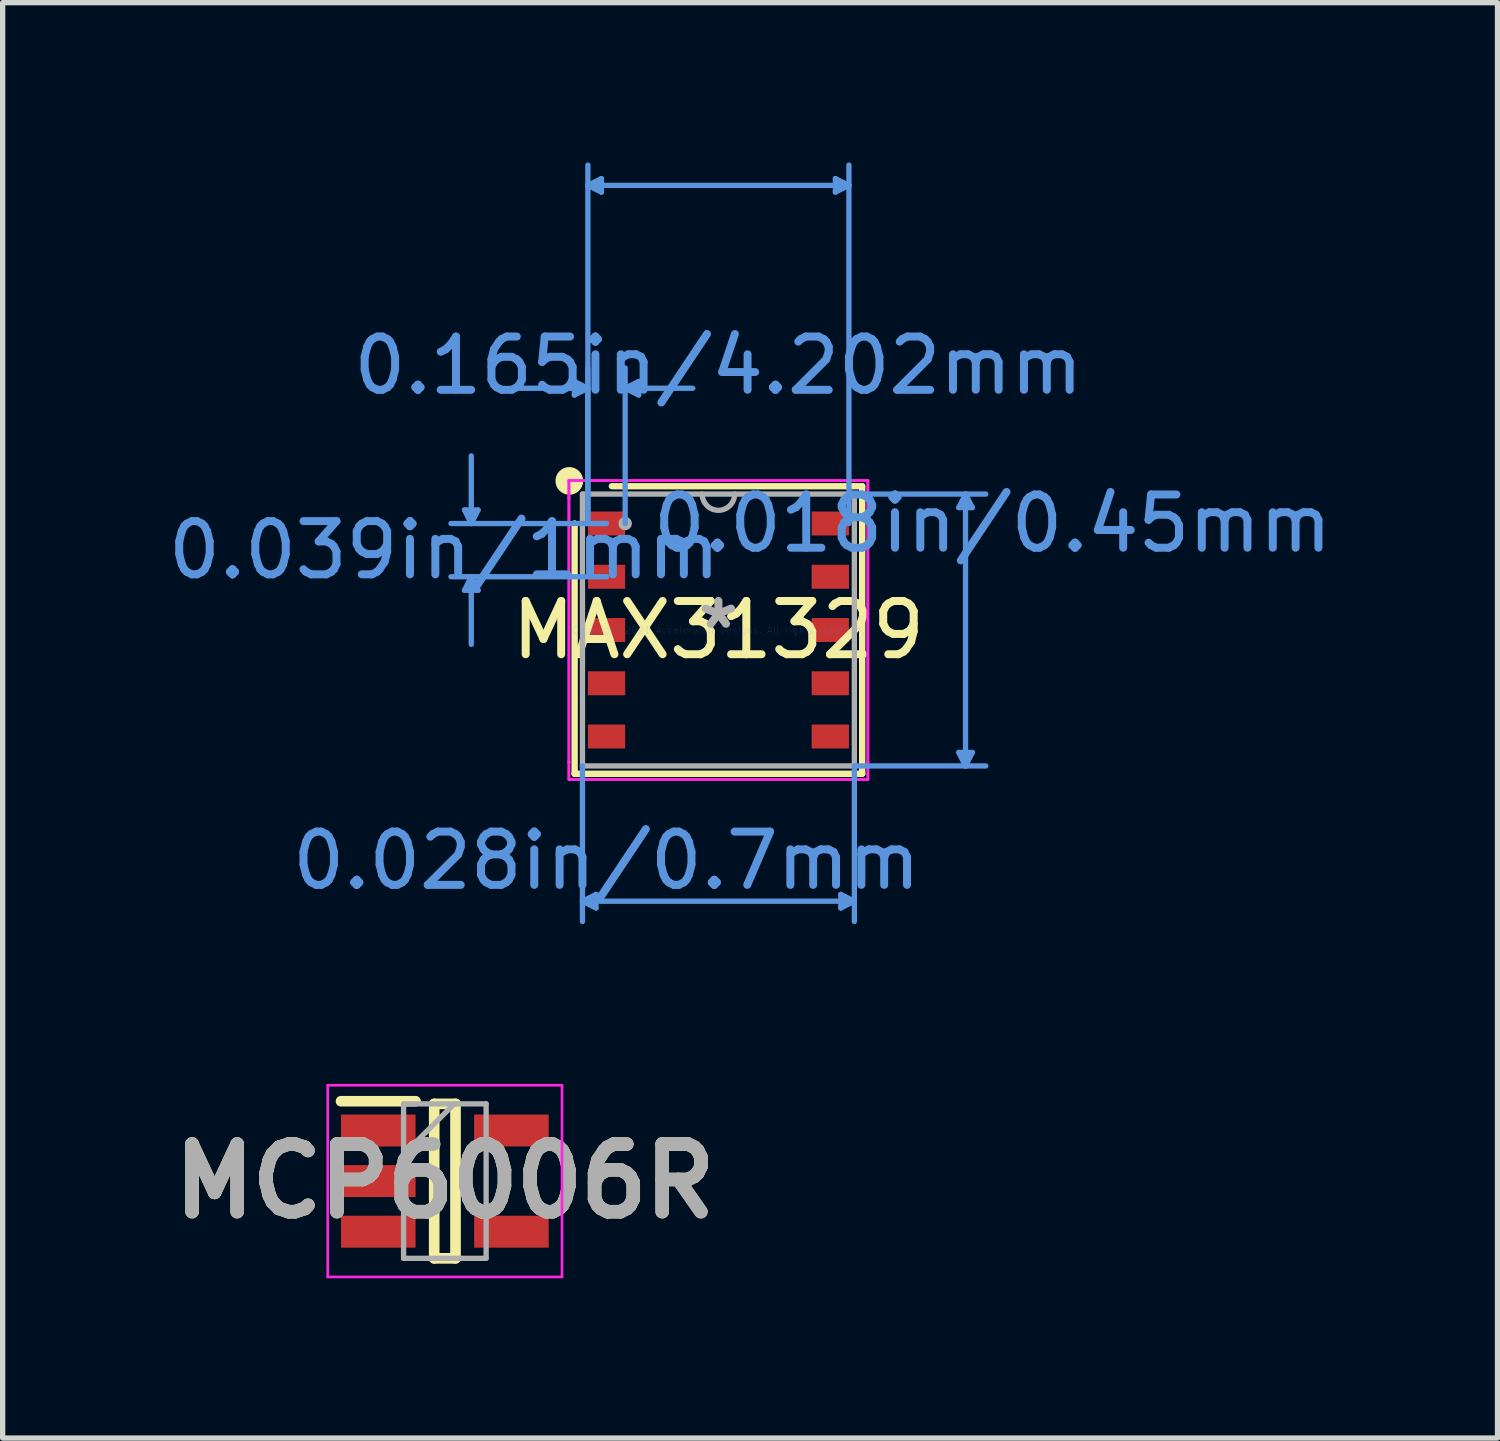
<source format=kicad_pcb>
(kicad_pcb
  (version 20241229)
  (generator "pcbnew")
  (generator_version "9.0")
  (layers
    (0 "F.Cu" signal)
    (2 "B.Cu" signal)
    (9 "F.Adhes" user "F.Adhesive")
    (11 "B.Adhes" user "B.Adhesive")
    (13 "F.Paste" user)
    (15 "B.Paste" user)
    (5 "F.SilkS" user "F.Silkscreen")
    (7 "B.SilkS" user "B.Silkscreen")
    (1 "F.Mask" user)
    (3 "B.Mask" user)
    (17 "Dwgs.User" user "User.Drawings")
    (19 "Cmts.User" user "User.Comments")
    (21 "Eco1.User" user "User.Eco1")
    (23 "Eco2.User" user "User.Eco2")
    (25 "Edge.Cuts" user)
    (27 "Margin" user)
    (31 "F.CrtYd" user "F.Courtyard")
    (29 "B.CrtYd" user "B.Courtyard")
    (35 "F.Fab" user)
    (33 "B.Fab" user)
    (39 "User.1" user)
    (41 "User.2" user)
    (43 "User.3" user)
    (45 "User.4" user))
  (footprint "MAX31329"
    (layer "F.Cu")
    (at 10.441 8.781)
    (property "Reference" "MAX31329" (at 0 0 0) (layer "F.SilkS") (effects (font (size 1 1) (thickness 0.15))))
    (attr through_hole)
    (fp_line (start -2.7 -2) (end -2.7 2.7) (stroke (width 0.12) (type solid)) (layer "F.SilkS"))
    (fp_line (start -2.7 2.7) (end 2.7 2.7) (stroke (width 0.12) (type solid)) (layer "F.SilkS"))
    (fp_line (start 2.7 -2.7) (end -2 -2.7) (stroke (width 0.12) (type solid)) (layer "F.SilkS"))
    (fp_line (start 2.7 2.7) (end 2.7 -2.7) (stroke (width 0.12) (type solid)) (layer "F.SilkS"))
    (fp_circle (center -2.8 -2.8) (end -2.6 -2.8) (stroke (width 0.12) (type solid)) (fill yes) (layer "F.SilkS"))
    (fp_line (start -4.768 -2.254) (end -4.514 -2.254) (stroke (width 0.1) (type solid)) (layer "Cmts.User"))
    (fp_line (start -4.768 -0.746) (end -4.514 -0.746) (stroke (width 0.1) (type solid)) (layer "Cmts.User"))
    (fp_line (start -4.641 -2) (end -4.768 -2.254) (stroke (width 0.1) (type solid)) (layer "Cmts.User"))
    (fp_line (start -4.641 -2) (end -4.641 -3.27) (stroke (width 0.1) (type solid)) (layer "Cmts.User"))
    (fp_line (start -4.641 -2) (end -4.514 -2.254) (stroke (width 0.1) (type solid)) (layer "Cmts.User"))
    (fp_line (start -4.641 -1) (end -4.768 -0.746) (stroke (width 0.1) (type solid)) (layer "Cmts.User"))
    (fp_line (start -4.641 -1) (end -4.641 0.27) (stroke (width 0.1) (type solid)) (layer "Cmts.User"))
    (fp_line (start -4.641 -1) (end -4.514 -0.746) (stroke (width 0.1) (type solid)) (layer "Cmts.User"))
    (fp_line (start -2.705 -4.667) (end -2.705 -4.413) (stroke (width 0.1) (type solid)) (layer "Cmts.User"))
    (fp_line (start -2.553 2.553) (end -2.553 5.474) (stroke (width 0.1) (type solid)) (layer "Cmts.User"))
    (fp_line (start -2.553 5.093) (end -2.299 4.966) (stroke (width 0.1) (type solid)) (layer "Cmts.User"))
    (fp_line (start -2.553 5.093) (end -2.299 5.22) (stroke (width 0.1) (type solid)) (layer "Cmts.User"))
    (fp_line (start -2.553 5.093) (end 2.553 5.093) (stroke (width 0.1) (type solid)) (layer "Cmts.User"))
    (fp_line (start -2.451 -8.35) (end -2.197 -8.477) (stroke (width 0.1) (type solid)) (layer "Cmts.User"))
    (fp_line (start -2.451 -8.35) (end -2.197 -8.223) (stroke (width 0.1) (type solid)) (layer "Cmts.User"))
    (fp_line (start -2.451 -8.35) (end 2.451 -8.35) (stroke (width 0.1) (type solid)) (layer "Cmts.User"))
    (fp_line (start -2.451 -4.54) (end -3.721 -4.54) (stroke (width 0.1) (type solid)) (layer "Cmts.User"))
    (fp_line (start -2.451 -4.54) (end -2.705 -4.667) (stroke (width 0.1) (type solid)) (layer "Cmts.User"))
    (fp_line (start -2.451 -4.54) (end -2.705 -4.413) (stroke (width 0.1) (type solid)) (layer "Cmts.User"))
    (fp_line (start -2.451 -2) (end -2.451 -8.731) (stroke (width 0.1) (type solid)) (layer "Cmts.User"))
    (fp_line (start -2.451 -2) (end -2.451 -4.921) (stroke (width 0.1) (type solid)) (layer "Cmts.User"))
    (fp_line (start -2.299 4.966) (end -2.299 5.22) (stroke (width 0.1) (type solid)) (layer "Cmts.User"))
    (fp_line (start -2.197 -8.477) (end -2.197 -8.223) (stroke (width 0.1) (type solid)) (layer "Cmts.User"))
    (fp_line (start -2.101 -2) (end -5.022 -2) (stroke (width 0.1) (type solid)) (layer "Cmts.User"))
    (fp_line (start -2.101 -1) (end -5.022 -1) (stroke (width 0.1) (type solid)) (layer "Cmts.User"))
    (fp_line (start -1.751 -4.54) (end -1.497 -4.667) (stroke (width 0.1) (type solid)) (layer "Cmts.User"))
    (fp_line (start -1.751 -4.54) (end -1.497 -4.413) (stroke (width 0.1) (type solid)) (layer "Cmts.User"))
    (fp_line (start -1.751 -4.54) (end -0.481 -4.54) (stroke (width 0.1) (type solid)) (layer "Cmts.User"))
    (fp_line (start -1.751 -2) (end -1.751 -4.921) (stroke (width 0.1) (type solid)) (layer "Cmts.User"))
    (fp_line (start -1.497 -4.667) (end -1.497 -4.413) (stroke (width 0.1) (type solid)) (layer "Cmts.User"))
    (fp_line (start 2.197 -8.477) (end 2.197 -8.223) (stroke (width 0.1) (type solid)) (layer "Cmts.User"))
    (fp_line (start 2.299 4.966) (end 2.299 5.22) (stroke (width 0.1) (type solid)) (layer "Cmts.User"))
    (fp_line (start 2.451 -8.35) (end 2.197 -8.477) (stroke (width 0.1) (type solid)) (layer "Cmts.User"))
    (fp_line (start 2.451 -8.35) (end 2.197 -8.223) (stroke (width 0.1) (type solid)) (layer "Cmts.User"))
    (fp_line (start 2.451 -2) (end 2.451 -8.731) (stroke (width 0.1) (type solid)) (layer "Cmts.User"))
    (fp_line (start 2.553 -2.553) (end 5.022 -2.553) (stroke (width 0.1) (type solid)) (layer "Cmts.User"))
    (fp_line (start 2.553 2.553) (end 2.553 5.474) (stroke (width 0.1) (type solid)) (layer "Cmts.User"))
    (fp_line (start 2.553 2.553) (end 5.022 2.553) (stroke (width 0.1) (type solid)) (layer "Cmts.User"))
    (fp_line (start 2.553 5.093) (end 2.299 4.966) (stroke (width 0.1) (type solid)) (layer "Cmts.User"))
    (fp_line (start 2.553 5.093) (end 2.299 5.22) (stroke (width 0.1) (type solid)) (layer "Cmts.User"))
    (fp_line (start 4.514 -2.299) (end 4.768 -2.299) (stroke (width 0.1) (type solid)) (layer "Cmts.User"))
    (fp_line (start 4.514 2.299) (end 4.768 2.299) (stroke (width 0.1) (type solid)) (layer "Cmts.User"))
    (fp_line (start 4.641 -2.553) (end 4.514 -2.299) (stroke (width 0.1) (type solid)) (layer "Cmts.User"))
    (fp_line (start 4.641 -2.553) (end 4.641 2.553) (stroke (width 0.1) (type solid)) (layer "Cmts.User"))
    (fp_line (start 4.641 -2.553) (end 4.768 -2.299) (stroke (width 0.1) (type solid)) (layer "Cmts.User"))
    (fp_line (start 4.641 2.553) (end 4.514 2.299) (stroke (width 0.1) (type solid)) (layer "Cmts.User"))
    (fp_line (start 4.641 2.553) (end 4.768 2.299) (stroke (width 0.1) (type solid)) (layer "Cmts.User"))
    (fp_line (start -2.807 -2.807) (end 2.807 -2.807) (stroke (width 0.05) (type solid)) (layer "F.CrtYd"))
    (fp_line (start -2.807 -2.807) (end 2.807 -2.807) (stroke (width 0.05) (type solid)) (layer "F.CrtYd"))
    (fp_line (start -2.807 -2.479) (end -2.807 -2.807) (stroke (width 0.05) (type solid)) (layer "F.CrtYd"))
    (fp_line (start -2.807 -2.479) (end -2.807 -2.807) (stroke (width 0.05) (type solid)) (layer "F.CrtYd"))
    (fp_line (start -2.807 -2.479) (end -2.807 -2.479) (stroke (width 0.05) (type solid)) (layer "F.CrtYd"))
    (fp_line (start -2.807 -2.479) (end -2.807 -2.479) (stroke (width 0.05) (type solid)) (layer "F.CrtYd"))
    (fp_line (start -2.807 2.479) (end -2.807 -2.479) (stroke (width 0.05) (type solid)) (layer "F.CrtYd"))
    (fp_line (start -2.807 2.479) (end -2.807 -2.479) (stroke (width 0.05) (type solid)) (layer "F.CrtYd"))
    (fp_line (start -2.807 2.479) (end -2.807 2.479) (stroke (width 0.05) (type solid)) (layer "F.CrtYd"))
    (fp_line (start -2.807 2.479) (end -2.807 2.479) (stroke (width 0.05) (type solid)) (layer "F.CrtYd"))
    (fp_line (start -2.807 2.807) (end -2.807 2.479) (stroke (width 0.05) (type solid)) (layer "F.CrtYd"))
    (fp_line (start -2.807 2.807) (end -2.807 2.479) (stroke (width 0.05) (type solid)) (layer "F.CrtYd"))
    (fp_line (start 2.807 -2.807) (end 2.807 -2.479) (stroke (width 0.05) (type solid)) (layer "F.CrtYd"))
    (fp_line (start 2.807 -2.807) (end 2.807 -2.479) (stroke (width 0.05) (type solid)) (layer "F.CrtYd"))
    (fp_line (start 2.807 -2.479) (end 2.807 -2.479) (stroke (width 0.05) (type solid)) (layer "F.CrtYd"))
    (fp_line (start 2.807 -2.479) (end 2.807 -2.479) (stroke (width 0.05) (type solid)) (layer "F.CrtYd"))
    (fp_line (start 2.807 -2.479) (end 2.807 2.479) (stroke (width 0.05) (type solid)) (layer "F.CrtYd"))
    (fp_line (start 2.807 -2.479) (end 2.807 2.479) (stroke (width 0.05) (type solid)) (layer "F.CrtYd"))
    (fp_line (start 2.807 2.479) (end 2.807 2.479) (stroke (width 0.05) (type solid)) (layer "F.CrtYd"))
    (fp_line (start 2.807 2.479) (end 2.807 2.479) (stroke (width 0.05) (type solid)) (layer "F.CrtYd"))
    (fp_line (start 2.807 2.479) (end 2.807 2.807) (stroke (width 0.05) (type solid)) (layer "F.CrtYd"))
    (fp_line (start 2.807 2.479) (end 2.807 2.807) (stroke (width 0.05) (type solid)) (layer "F.CrtYd"))
    (fp_line (start 2.807 2.807) (end -2.807 2.807) (stroke (width 0.05) (type solid)) (layer "F.CrtYd"))
    (fp_line (start 2.807 2.807) (end -2.807 2.807) (stroke (width 0.05) (type solid)) (layer "F.CrtYd"))
    (fp_line (start -2.553 -2.553) (end -2.553 2.553) (stroke (width 0.1) (type solid)) (layer "F.Fab"))
    (fp_line (start -2.553 2.553) (end 2.553 2.553) (stroke (width 0.1) (type solid)) (layer "F.Fab"))
    (fp_line (start 2.553 -2.553) (end -2.553 -2.553) (stroke (width 0.1) (type solid)) (layer "F.Fab"))
    (fp_line (start 2.553 2.553) (end 2.553 -2.553) (stroke (width 0.1) (type solid)) (layer "F.Fab"))
    (fp_arc (start 0.3048 -2.5527) (mid 0 -2.2479) (end -0.3048 -2.5527) (stroke (width 0.1) (type solid)) (layer "F.Fab"))
    (fp_circle (center -1.751 -2) (end -1.675 -2) (stroke (width 0.1) (type solid)) (fill no) (layer "F.Fab"))
    (fp_text user "0.039in/1mm" (at -5.149 -1.5 0) (layer "Cmts.User") (effects (font (size 1 1) (thickness 0.15))))
    (fp_text user "0.018in/0.45mm" (at 5.149 -2 0) (layer "Cmts.User") (effects (font (size 1 1) (thickness 0.15))))
    (fp_text user "Copyright 2021 Accelerated Designs. All rights reserved." (at 0 0 0) (layer "Cmts.User") (effects (font (size 0.127 0.127) (thickness 0.002))))
    (fp_text user "0.028in/0.7mm" (at -2.101 4.331 0) (layer "Cmts.User") (effects (font (size 1 1) (thickness 0.15))))
    (fp_text user "0.165in/4.202mm" (at 0 -4.966 0) (layer "Cmts.User") (effects (font (size 1 1) (thickness 0.15))))
    (fp_text user "*" (at 0 0 0) (layer "F.Fab") (effects (font (size 1 1) (thickness 0.15))))
    (pad "1" smd rect (at -2.101 -2) (size 0.7 0.45) (layers "F.Cu" "F.Mask" "F.Paste"))
    (pad "2" smd rect (at -2.101 -1) (size 0.7 0.45) (layers "F.Cu" "F.Mask" "F.Paste"))
    (pad "3" smd rect (at -2.101 0) (size 0.7 0.45) (layers "F.Cu" "F.Mask" "F.Paste"))
    (pad "4" smd rect (at -2.101 1) (size 0.7 0.45) (layers "F.Cu" "F.Mask" "F.Paste"))
    (pad "5" smd rect (at -2.101 2) (size 0.7 0.45) (layers "F.Cu" "F.Mask" "F.Paste"))
    (pad "6" smd rect (at 2.101 2) (size 0.7 0.45) (layers "F.Cu" "F.Mask" "F.Paste"))
    (pad "7" smd rect (at 2.101 1) (size 0.7 0.45) (layers "F.Cu" "F.Mask" "F.Paste"))
    (pad "8" smd rect (at 2.101 0) (size 0.7 0.45) (layers "F.Cu" "F.Mask" "F.Paste"))
    (pad "9" smd rect (at 2.101 -1) (size 0.7 0.45) (layers "F.Cu" "F.Mask" "F.Paste"))
    (pad "10" smd rect (at 2.101 -2) (size 0.7 0.45) (layers "F.Cu" "F.Mask" "F.Paste")))
  (footprint "MCP6006R"
    (layer "F.Cu")
    (at 5.304 19.13)
    (property "Reference" "MCP6006R" (at 0 0 0) (layer "F.SilkS") (effects (font (size 1.27 1.27) (thickness 0.254))))
    (attr smd)
    (fp_line (start -1.95 -1.5) (end -0.55 -1.5) (stroke (width 0.2) (type solid)) (layer "F.SilkS"))
    (fp_line (start -0.2 -1.45) (end 0.2 -1.45) (stroke (width 0.2) (type solid)) (layer "F.SilkS"))
    (fp_line (start -0.2 1.45) (end -0.2 -1.45) (stroke (width 0.2) (type solid)) (layer "F.SilkS"))
    (fp_line (start 0.2 -1.45) (end 0.2 1.45) (stroke (width 0.2) (type solid)) (layer "F.SilkS"))
    (fp_line (start 0.2 1.45) (end -0.2 1.45) (stroke (width 0.2) (type solid)) (layer "F.SilkS"))
    (fp_line (start -2.2 -1.8) (end 2.2 -1.8) (stroke (width 0.05) (type solid)) (layer "F.CrtYd"))
    (fp_line (start -2.2 1.8) (end -2.2 -1.8) (stroke (width 0.05) (type solid)) (layer "F.CrtYd"))
    (fp_line (start 2.2 -1.8) (end 2.2 1.8) (stroke (width 0.05) (type solid)) (layer "F.CrtYd"))
    (fp_line (start 2.2 1.8) (end -2.2 1.8) (stroke (width 0.05) (type solid)) (layer "F.CrtYd"))
    (fp_line (start -0.775 -1.45) (end 0.775 -1.45) (stroke (width 0.1) (type solid)) (layer "F.Fab"))
    (fp_line (start -0.775 -0.5) (end 0.175 -1.45) (stroke (width 0.1) (type solid)) (layer "F.Fab"))
    (fp_line (start -0.775 1.45) (end -0.775 -1.45) (stroke (width 0.1) (type solid)) (layer "F.Fab"))
    (fp_line (start 0.775 -1.45) (end 0.775 1.45) (stroke (width 0.1) (type solid)) (layer "F.Fab"))
    (fp_line (start 0.775 1.45) (end -0.775 1.45) (stroke (width 0.1) (type solid)) (layer "F.Fab"))
    (fp_text user "${REFERENCE}" (at 0 0 0) (layer "F.Fab") (effects (font (size 1.27 1.27) (thickness 0.254))))
    (pad "1" smd rect (at -1.25 -0.95 90) (size 0.6 1.4) (layers "F.Cu" "F.Mask" "F.Paste"))
    (pad "2" smd rect (at -1.25 0 90) (size 0.6 1.4) (layers "F.Cu" "F.Mask" "F.Paste"))
    (pad "3" smd rect (at -1.25 0.95 90) (size 0.6 1.4) (layers "F.Cu" "F.Mask" "F.Paste"))
    (pad "4" smd rect (at 1.25 0.95 90) (size 0.6 1.4) (layers "F.Cu" "F.Mask" "F.Paste"))
    (pad "5" smd rect (at 1.25 -0.95 90) (size 0.6 1.4) (layers "F.Cu" "F.Mask" "F.Paste")))
  (gr_rect
    (start -3 -3)
    (end 25.072 23.955)
    (stroke (width 0.1) (type default))
    (fill no)
    (layer "Edge.Cuts")))
</source>
